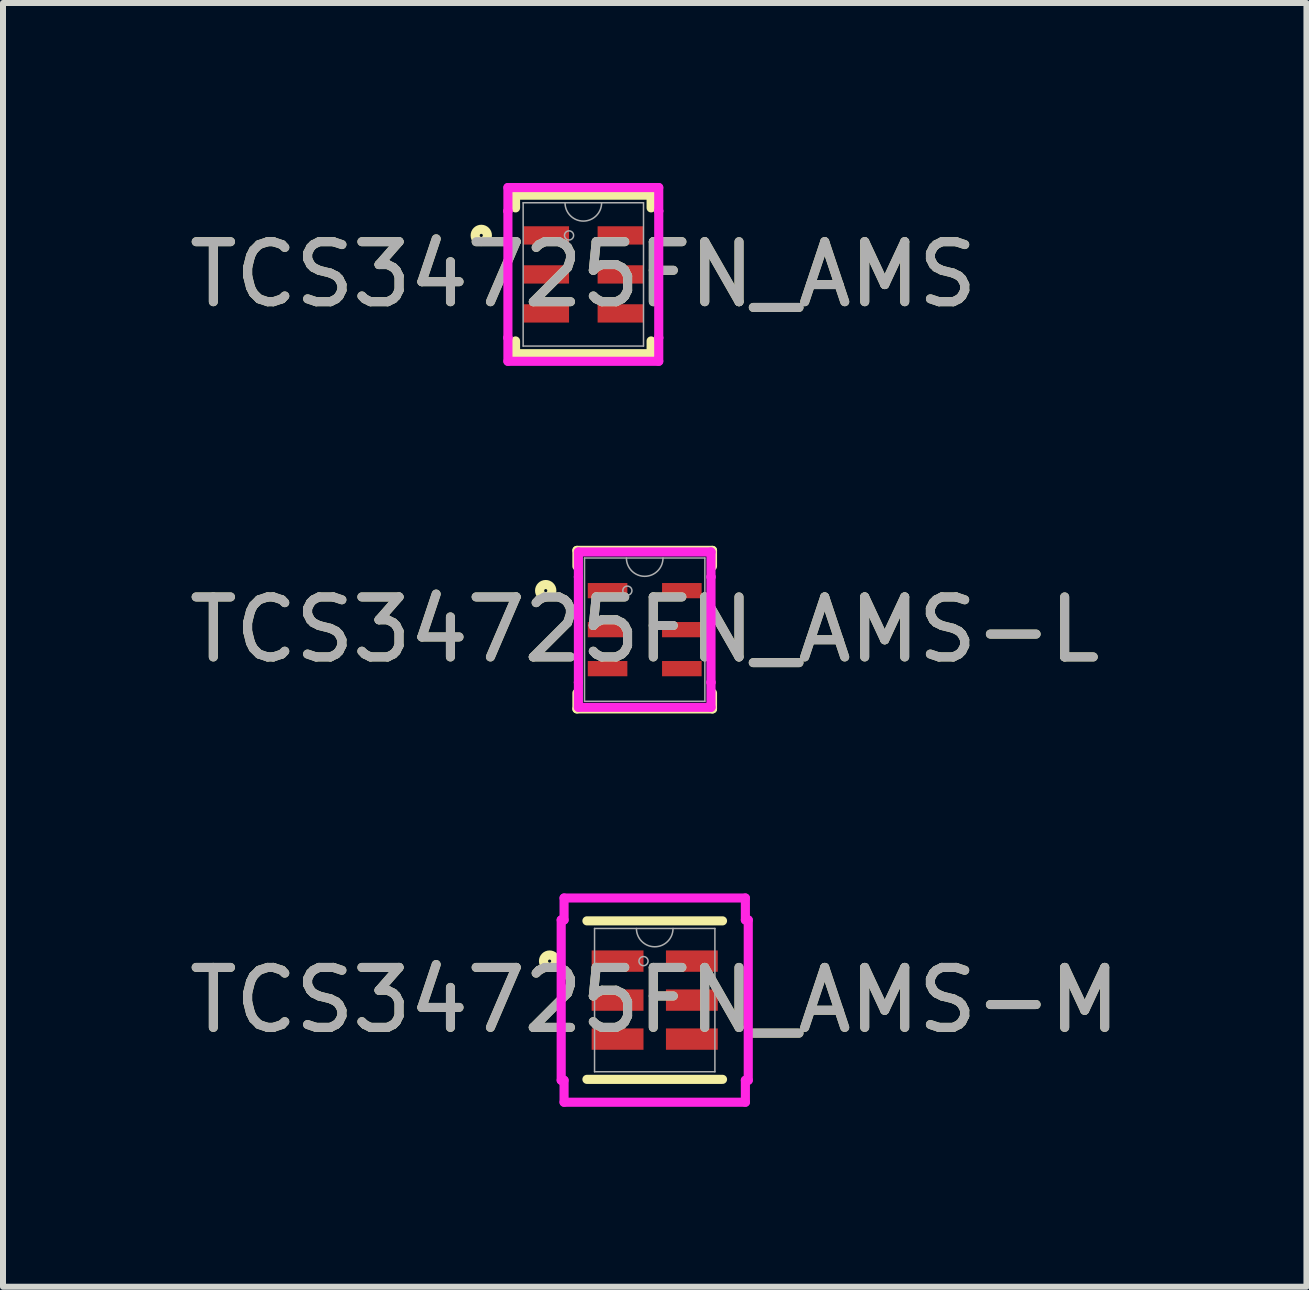
<source format=kicad_pcb>
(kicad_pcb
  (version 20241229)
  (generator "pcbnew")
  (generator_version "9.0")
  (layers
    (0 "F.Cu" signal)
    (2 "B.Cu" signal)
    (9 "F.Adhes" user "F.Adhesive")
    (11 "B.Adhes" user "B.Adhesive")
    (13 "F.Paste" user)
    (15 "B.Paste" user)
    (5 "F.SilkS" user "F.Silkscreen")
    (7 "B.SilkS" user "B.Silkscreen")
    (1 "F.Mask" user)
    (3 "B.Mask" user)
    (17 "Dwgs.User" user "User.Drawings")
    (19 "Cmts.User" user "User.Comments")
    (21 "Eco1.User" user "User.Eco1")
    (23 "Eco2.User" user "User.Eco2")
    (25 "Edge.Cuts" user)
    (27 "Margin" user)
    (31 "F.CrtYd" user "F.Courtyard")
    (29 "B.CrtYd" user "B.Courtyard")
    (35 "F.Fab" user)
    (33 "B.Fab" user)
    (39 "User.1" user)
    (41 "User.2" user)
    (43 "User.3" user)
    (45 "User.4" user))
  (footprint "TCS34725FN_AMS"
    (layer "F.Cu")
    (at 6.673 1.524)
    (property "Reference" "TCS34725FN_AMS" (at 0 0 0) (unlocked yes) (layer "F.SilkS") (effects (font (size 1 1) (thickness 0.15))))
    (attr smd)
    (fp_line (start -1.13 -1.321) (end -1.13 -1.109) (stroke (width 0.152) (type solid)) (layer "F.SilkS"))
    (fp_line (start -1.13 1.109) (end -1.13 1.321) (stroke (width 0.152) (type solid)) (layer "F.SilkS"))
    (fp_line (start -1.13 1.321) (end 1.13 1.321) (stroke (width 0.152) (type solid)) (layer "F.SilkS"))
    (fp_line (start 1.13 -1.321) (end -1.13 -1.321) (stroke (width 0.152) (type solid)) (layer "F.SilkS"))
    (fp_line (start 1.13 -1.109) (end 1.13 -1.321) (stroke (width 0.152) (type solid)) (layer "F.SilkS"))
    (fp_line (start 1.13 1.321) (end 1.13 1.109) (stroke (width 0.152) (type solid)) (layer "F.SilkS"))
    (fp_circle (center -1.701 -0.65) (end -1.599 -0.65) (stroke (width 0.152) (type solid)) (fill no) (layer "F.SilkS"))
    (fp_line (start -1.257 -1.448) (end 1.257 -1.448) (stroke (width 0.152) (type solid)) (layer "F.CrtYd"))
    (fp_line (start -1.257 -1.056) (end -1.257 -1.448) (stroke (width 0.152) (type solid)) (layer "F.CrtYd"))
    (fp_line (start -1.257 -1.056) (end -1.257 -1.056) (stroke (width 0.152) (type solid)) (layer "F.CrtYd"))
    (fp_line (start -1.257 1.056) (end -1.257 -1.056) (stroke (width 0.152) (type solid)) (layer "F.CrtYd"))
    (fp_line (start -1.257 1.056) (end -1.257 1.056) (stroke (width 0.152) (type solid)) (layer "F.CrtYd"))
    (fp_line (start -1.257 1.448) (end -1.257 1.056) (stroke (width 0.152) (type solid)) (layer "F.CrtYd"))
    (fp_line (start 1.257 -1.448) (end 1.257 -1.056) (stroke (width 0.152) (type solid)) (layer "F.CrtYd"))
    (fp_line (start 1.257 -1.056) (end 1.257 -1.056) (stroke (width 0.152) (type solid)) (layer "F.CrtYd"))
    (fp_line (start 1.257 -1.056) (end 1.257 1.056) (stroke (width 0.152) (type solid)) (layer "F.CrtYd"))
    (fp_line (start 1.257 1.056) (end 1.257 1.056) (stroke (width 0.152) (type solid)) (layer "F.CrtYd"))
    (fp_line (start 1.257 1.056) (end 1.257 1.448) (stroke (width 0.152) (type solid)) (layer "F.CrtYd"))
    (fp_line (start 1.257 1.448) (end -1.257 1.448) (stroke (width 0.152) (type solid)) (layer "F.CrtYd"))
    (fp_line (start -1.003 -1.194) (end -1.003 1.194) (stroke (width 0.025) (type solid)) (layer "F.Fab"))
    (fp_line (start -1.003 1.194) (end 1.003 1.194) (stroke (width 0.025) (type solid)) (layer "F.Fab"))
    (fp_line (start 1.003 -1.194) (end -1.003 -1.194) (stroke (width 0.025) (type solid)) (layer "F.Fab"))
    (fp_line (start 1.003 1.194) (end 1.003 -1.194) (stroke (width 0.025) (type solid)) (layer "F.Fab"))
    (fp_arc (start 0.3048 -1.1938) (mid 0 -0.889) (end -0.3048 -1.1938) (stroke (width 0.0254) (type solid)) (layer "F.Fab"))
    (fp_circle (center -0.238 -0.65) (end -0.162 -0.65) (stroke (width 0.025) (type solid)) (fill no) (layer "F.Fab"))
    (fp_text user "${REFERENCE}" (at 0 0 0) (unlocked yes) (layer "F.Fab") (effects (font (size 1 1) (thickness 0.15))))
    (pad "1" smd rect (at -0.619 -0.65) (size 0.762 0.305) (layers "F.Cu" "F.Mask" "F.Paste"))
    (pad "2" smd rect (at -0.619 0) (size 0.762 0.305) (layers "F.Cu" "F.Mask" "F.Paste"))
    (pad "3" smd rect (at -0.619 0.65) (size 0.762 0.305) (layers "F.Cu" "F.Mask" "F.Paste"))
    (pad "4" smd rect (at 0.619 0.65) (size 0.762 0.305) (layers "F.Cu" "F.Mask" "F.Paste"))
    (pad "5" smd rect (at 0.619 0) (size 0.762 0.305) (layers "F.Cu" "F.Mask" "F.Paste"))
    (pad "6" smd rect (at 0.619 -0.65) (size 0.762 0.305) (layers "F.Cu" "F.Mask" "F.Paste")))
  (footprint "TCS34725FN_AMS-L"
    (layer "F.Cu")
    (at 7.696 7.445)
    (property "Reference" "TCS34725FN_AMS-L" (at 0 0 0) (unlocked yes) (layer "F.SilkS") (effects (font (size 1 1) (thickness 0.15))))
    (attr smd)
    (fp_line (start -1.13 -1.321) (end -1.13 -1.056) (stroke (width 0.152) (type solid)) (layer "F.SilkS"))
    (fp_line (start -1.13 1.056) (end -1.13 1.321) (stroke (width 0.152) (type solid)) (layer "F.SilkS"))
    (fp_line (start -1.13 1.321) (end 1.13 1.321) (stroke (width 0.152) (type solid)) (layer "F.SilkS"))
    (fp_line (start 1.13 -1.321) (end -1.13 -1.321) (stroke (width 0.152) (type solid)) (layer "F.SilkS"))
    (fp_line (start 1.13 -1.056) (end 1.13 -1.321) (stroke (width 0.152) (type solid)) (layer "F.SilkS"))
    (fp_line (start 1.13 1.321) (end 1.13 1.056) (stroke (width 0.152) (type solid)) (layer "F.SilkS"))
    (fp_circle (center -1.65 -0.65) (end -1.548 -0.65) (stroke (width 0.152) (type solid)) (fill no) (layer "F.SilkS"))
    (fp_line (start -1.105 -1.295) (end 1.105 -1.295) (stroke (width 0.152) (type solid)) (layer "F.CrtYd"))
    (fp_line (start -1.105 -0.879) (end -1.105 -1.295) (stroke (width 0.152) (type solid)) (layer "F.CrtYd"))
    (fp_line (start -1.105 -0.879) (end -1.105 -0.879) (stroke (width 0.152) (type solid)) (layer "F.CrtYd"))
    (fp_line (start -1.105 0.879) (end -1.105 -0.879) (stroke (width 0.152) (type solid)) (layer "F.CrtYd"))
    (fp_line (start -1.105 0.879) (end -1.105 0.879) (stroke (width 0.152) (type solid)) (layer "F.CrtYd"))
    (fp_line (start -1.105 1.295) (end -1.105 0.879) (stroke (width 0.152) (type solid)) (layer "F.CrtYd"))
    (fp_line (start 1.105 -1.295) (end 1.105 -0.879) (stroke (width 0.152) (type solid)) (layer "F.CrtYd"))
    (fp_line (start 1.105 -0.879) (end 1.105 -0.879) (stroke (width 0.152) (type solid)) (layer "F.CrtYd"))
    (fp_line (start 1.105 -0.879) (end 1.105 0.879) (stroke (width 0.152) (type solid)) (layer "F.CrtYd"))
    (fp_line (start 1.105 0.879) (end 1.105 0.879) (stroke (width 0.152) (type solid)) (layer "F.CrtYd"))
    (fp_line (start 1.105 0.879) (end 1.105 1.295) (stroke (width 0.152) (type solid)) (layer "F.CrtYd"))
    (fp_line (start 1.105 1.295) (end -1.105 1.295) (stroke (width 0.152) (type solid)) (layer "F.CrtYd"))
    (fp_line (start -1.003 -1.194) (end -1.003 1.194) (stroke (width 0.025) (type solid)) (layer "F.Fab"))
    (fp_line (start -1.003 1.194) (end 1.003 1.194) (stroke (width 0.025) (type solid)) (layer "F.Fab"))
    (fp_line (start 1.003 -1.194) (end -1.003 -1.194) (stroke (width 0.025) (type solid)) (layer "F.Fab"))
    (fp_line (start 1.003 1.194) (end 1.003 -1.194) (stroke (width 0.025) (type solid)) (layer "F.Fab"))
    (fp_arc (start 0.3048 -1.1938) (mid 0 -0.889) (end -0.3048 -1.1938) (stroke (width 0.0254) (type solid)) (layer "F.Fab"))
    (fp_circle (center -0.289 -0.65) (end -0.213 -0.65) (stroke (width 0.025) (type solid)) (fill no) (layer "F.Fab"))
    (fp_text user "${REFERENCE}" (at 0 0 0) (unlocked yes) (layer "F.Fab") (effects (font (size 1 1) (thickness 0.15))))
    (pad "1" smd rect (at -0.619 -0.65) (size 0.66 0.254) (layers "F.Cu" "F.Mask" "F.Paste"))
    (pad "2" smd rect (at -0.619 0) (size 0.66 0.254) (layers "F.Cu" "F.Mask" "F.Paste"))
    (pad "3" smd rect (at -0.619 0.65) (size 0.66 0.254) (layers "F.Cu" "F.Mask" "F.Paste"))
    (pad "4" smd rect (at 0.619 0.65) (size 0.66 0.254) (layers "F.Cu" "F.Mask" "F.Paste"))
    (pad "5" smd rect (at 0.619 0) (size 0.66 0.254) (layers "F.Cu" "F.Mask" "F.Paste"))
    (pad "6" smd rect (at 0.619 -0.65) (size 0.66 0.254) (layers "F.Cu" "F.Mask" "F.Paste")))
  (footprint "TCS34725FN_AMS-M"
    (layer "F.Cu")
    (at 7.863 13.62)
    (property "Reference" "TCS34725FN_AMS-M" (at 0 0 0) (unlocked yes) (layer "F.SilkS") (effects (font (size 1 1) (thickness 0.15))))
    (attr smd)
    (fp_line (start -1.13 1.321) (end 1.13 1.321) (stroke (width 0.152) (type solid)) (layer "F.SilkS"))
    (fp_line (start 1.13 -1.321) (end -1.13 -1.321) (stroke (width 0.152) (type solid)) (layer "F.SilkS"))
    (fp_circle (center -1.752 -0.65) (end -1.65 -0.65) (stroke (width 0.152) (type solid)) (fill no) (layer "F.SilkS"))
    (fp_line (start -1.559 -1.336) (end -1.511 -1.336) (stroke (width 0.152) (type solid)) (layer "F.CrtYd"))
    (fp_line (start -1.559 1.336) (end -1.559 -1.336) (stroke (width 0.152) (type solid)) (layer "F.CrtYd"))
    (fp_line (start -1.559 1.336) (end -1.511 1.336) (stroke (width 0.152) (type solid)) (layer "F.CrtYd"))
    (fp_line (start -1.511 -1.702) (end 1.511 -1.702) (stroke (width 0.152) (type solid)) (layer "F.CrtYd"))
    (fp_line (start -1.511 -1.336) (end -1.511 -1.702) (stroke (width 0.152) (type solid)) (layer "F.CrtYd"))
    (fp_line (start -1.511 1.702) (end -1.511 1.336) (stroke (width 0.152) (type solid)) (layer "F.CrtYd"))
    (fp_line (start 1.511 -1.702) (end 1.511 -1.336) (stroke (width 0.152) (type solid)) (layer "F.CrtYd"))
    (fp_line (start 1.511 1.336) (end 1.511 1.702) (stroke (width 0.152) (type solid)) (layer "F.CrtYd"))
    (fp_line (start 1.511 1.702) (end -1.511 1.702) (stroke (width 0.152) (type solid)) (layer "F.CrtYd"))
    (fp_line (start 1.559 -1.336) (end 1.511 -1.336) (stroke (width 0.152) (type solid)) (layer "F.CrtYd"))
    (fp_line (start 1.559 -1.336) (end 1.559 1.336) (stroke (width 0.152) (type solid)) (layer "F.CrtYd"))
    (fp_line (start 1.559 1.336) (end 1.511 1.336) (stroke (width 0.152) (type solid)) (layer "F.CrtYd"))
    (fp_line (start -1.003 -1.194) (end -1.003 1.194) (stroke (width 0.025) (type solid)) (layer "F.Fab"))
    (fp_line (start -1.003 1.194) (end 1.003 1.194) (stroke (width 0.025) (type solid)) (layer "F.Fab"))
    (fp_line (start 1.003 -1.194) (end -1.003 -1.194) (stroke (width 0.025) (type solid)) (layer "F.Fab"))
    (fp_line (start 1.003 1.194) (end 1.003 -1.194) (stroke (width 0.025) (type solid)) (layer "F.Fab"))
    (fp_arc (start 0.3048 -1.1938) (mid 0 -0.889) (end -0.3048 -1.1938) (stroke (width 0.0254) (type solid)) (layer "F.Fab"))
    (fp_circle (center -0.187 -0.65) (end -0.111 -0.65) (stroke (width 0.025) (type solid)) (fill no) (layer "F.Fab"))
    (fp_text user "${REFERENCE}" (at 0 0 0) (unlocked yes) (layer "F.Fab") (effects (font (size 1 1) (thickness 0.15))))
    (pad "1" smd rect (at -0.619 -0.65) (size 0.864 0.356) (layers "F.Cu" "F.Mask" "F.Paste"))
    (pad "2" smd rect (at -0.619 0) (size 0.864 0.356) (layers "F.Cu" "F.Mask" "F.Paste"))
    (pad "3" smd rect (at -0.619 0.65) (size 0.864 0.356) (layers "F.Cu" "F.Mask" "F.Paste"))
    (pad "4" smd rect (at 0.619 0.65) (size 0.864 0.356) (layers "F.Cu" "F.Mask" "F.Paste"))
    (pad "5" smd rect (at 0.619 0) (size 0.864 0.356) (layers "F.Cu" "F.Mask" "F.Paste"))
    (pad "6" smd rect (at 0.619 -0.65) (size 0.864 0.356) (layers "F.Cu" "F.Mask" "F.Paste")))
  (gr_rect
    (start -3 -3)
    (end 18.726 18.398)
    (stroke (width 0.1) (type default))
    (fill no)
    (layer "Edge.Cuts")))
</source>
